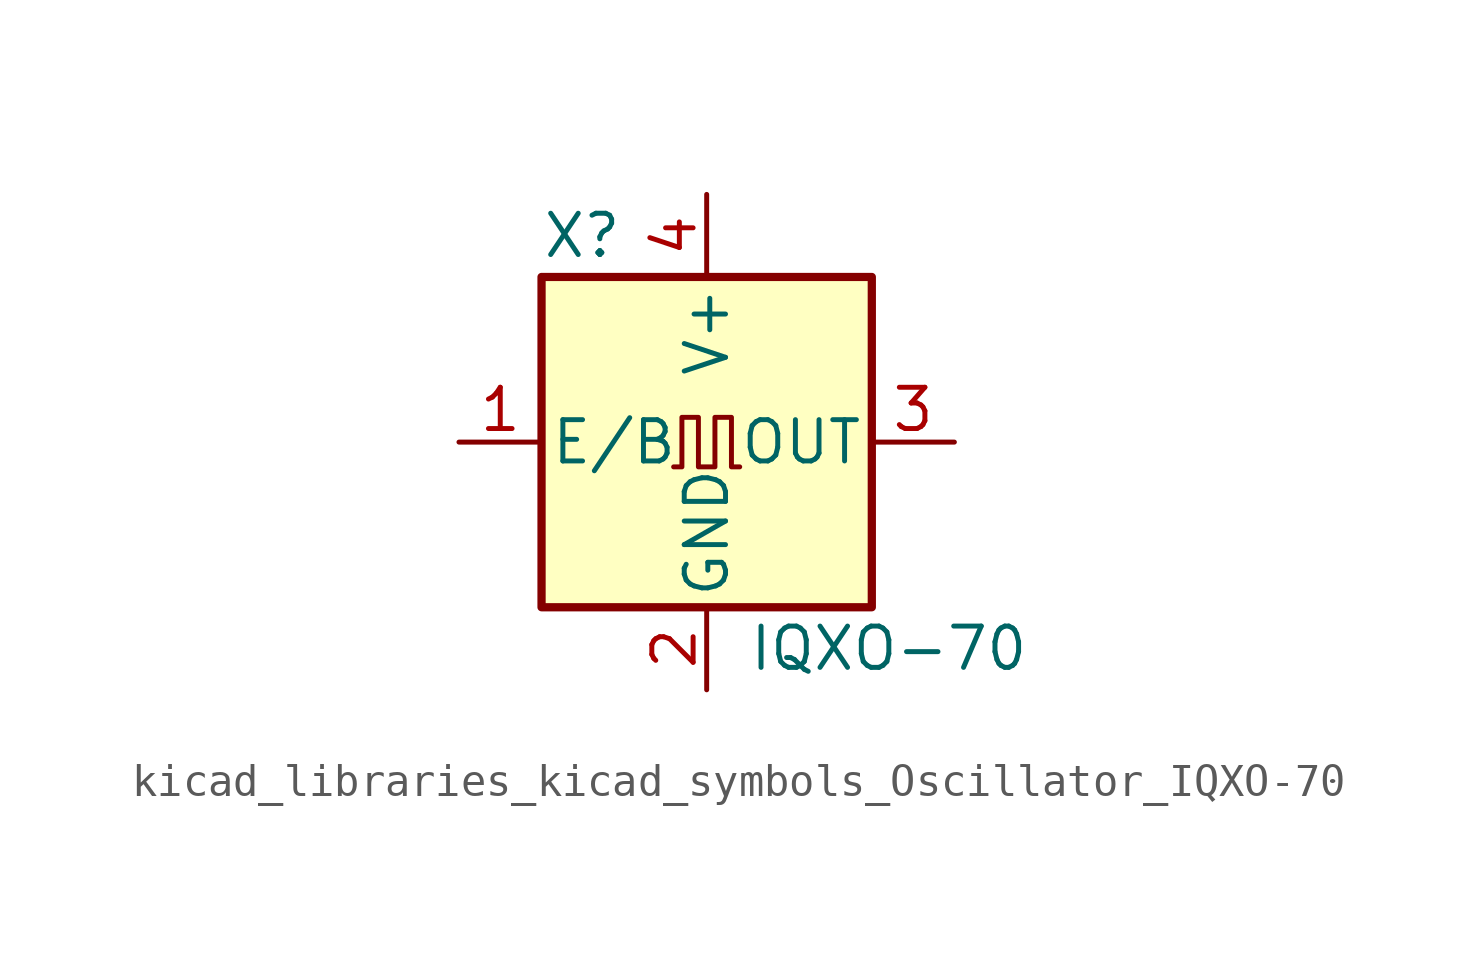
<source format=kicad_sym>
(kicad_symbol_lib
  (version 20220914)
  (generator kicad_symbol_editor)
  (symbol "kicad_libraries_kicad_symbols_Oscillator_IQXO-70"
    (pin_names
      (offset 0.254))
    (property "Reference" "X"
      (at -5.08 6.35 0)
      (effects (font (size 1.27 1.27)) (justify left)))
    (property "Value" "IQXO-70"
      (at 1.27 -6.35 0)
      (effects (font (size 1.27 1.27)) (justify left)))
    (symbol "kicad_libraries_kicad_symbols_Oscillator_IQXO-70_0_1"
      (rectangle (start -5.08 5.08) (end 5.08 -5.08) (stroke (width 0.254) (type default)) (fill (type background)))
      (polyline (pts (xy -1.016 -0.762) (xy -0.762 -0.762) (xy -0.762 0.762) (xy -0.254 0.762) (xy -0.254 -0.762) (xy 0.254 -0.762) (xy 0.254 0.762) (xy 0.762 0.762) (xy 0.762 -0.762) (xy 1.016 -0.762)) (stroke (width 0) (type default)) (fill (type none))))
    (symbol "kicad_libraries_kicad_symbols_Oscillator_IQXO-70_1_1"
      (pin input line (at -7.62 0 0) (length 2.54) (name "E/B" (effects (font (size 1.27 1.27)))) (number "1" (effects (font (size 1.27 1.27)))))
      (pin power_in line (at 0 -7.62 90) (length 2.54) (name "GND" (effects (font (size 1.27 1.27)))) (number "2" (effects (font (size 1.27 1.27)))))
      (pin output line (at 7.62 0 180) (length 2.54) (name "OUT" (effects (font (size 1.27 1.27)))) (number "3" (effects (font (size 1.27 1.27)))))
      (pin power_in line (at 0 7.62 270) (length 2.54) (name "V+" (effects (font (size 1.27 1.27)))) (number "4" (effects (font (size 1.27 1.27))))))))
</source>
